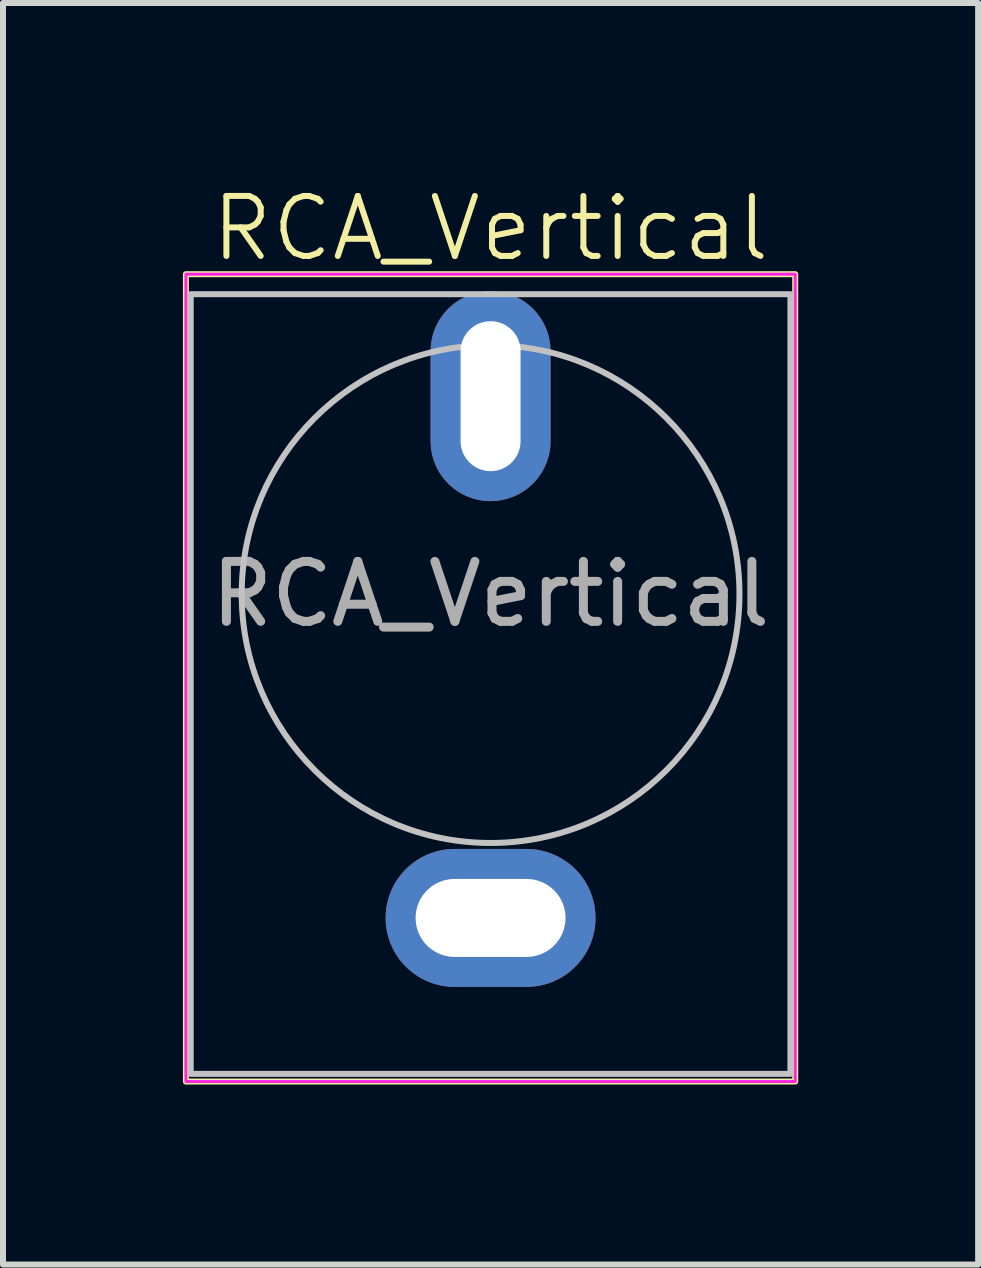
<source format=kicad_pcb>
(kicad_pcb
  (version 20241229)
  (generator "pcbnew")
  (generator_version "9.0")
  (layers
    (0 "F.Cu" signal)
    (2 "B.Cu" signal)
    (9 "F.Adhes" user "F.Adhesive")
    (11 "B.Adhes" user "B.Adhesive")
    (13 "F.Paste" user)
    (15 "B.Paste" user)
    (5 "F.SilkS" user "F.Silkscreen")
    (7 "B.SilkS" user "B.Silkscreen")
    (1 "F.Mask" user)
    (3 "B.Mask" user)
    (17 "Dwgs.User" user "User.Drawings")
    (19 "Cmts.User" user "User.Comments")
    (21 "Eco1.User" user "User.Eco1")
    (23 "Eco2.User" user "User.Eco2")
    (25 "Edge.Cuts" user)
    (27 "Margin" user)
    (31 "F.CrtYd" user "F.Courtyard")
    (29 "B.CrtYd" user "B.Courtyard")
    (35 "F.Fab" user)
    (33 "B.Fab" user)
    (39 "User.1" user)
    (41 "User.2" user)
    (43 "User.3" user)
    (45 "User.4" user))
  (footprint "RCA_Vertical"
    (layer "F.Cu")
    (at 5.13 6.856)
    (property "Reference" "RCA_Vertical" (at 0 -6.096 0) (unlocked yes) (layer "F.SilkS") (effects (font (size 1 1) (thickness 0.1))))
    (attr through_hole)
    (fp_rect (start -5.08 -5.334) (end 5.08 8.128) (stroke (width 0.1) (type default)) (fill no) (layer "F.SilkS"))
    (fp_rect (start -5 -5) (end 5 8) (stroke (width 0.1) (type default)) (fill no) (layer "Dwgs.User"))
    (fp_circle (center 0 0) (end 4.15 0) (stroke (width 0.1) (type default)) (fill no) (layer "Dwgs.User"))
    (fp_rect (start -5.08 -5.334) (end 5.08 8.128) (stroke (width 0.05) (type default)) (fill no) (layer "F.CrtYd"))
    (fp_text user "${REFERENCE}" (at 0 0 0) (unlocked yes) (layer "F.Fab") (effects (font (size 1 1) (thickness 0.15))))
    (pad "1" thru_hole oval (at 0 -3.3) (size 2 3.5) (drill oval 1 2.5) (layers "*.Cu" "*.Mask"))
    (pad "2" thru_hole oval (at 0 5.4) (size 3.5 2.3) (drill oval 2.5 1.3) (layers "*.Cu" "*.Mask")))
  (gr_rect
    (start -3 -3)
    (end 13.26 18.035)
    (stroke (width 0.1) (type default))
    (fill no)
    (layer "Edge.Cuts")))
</source>
